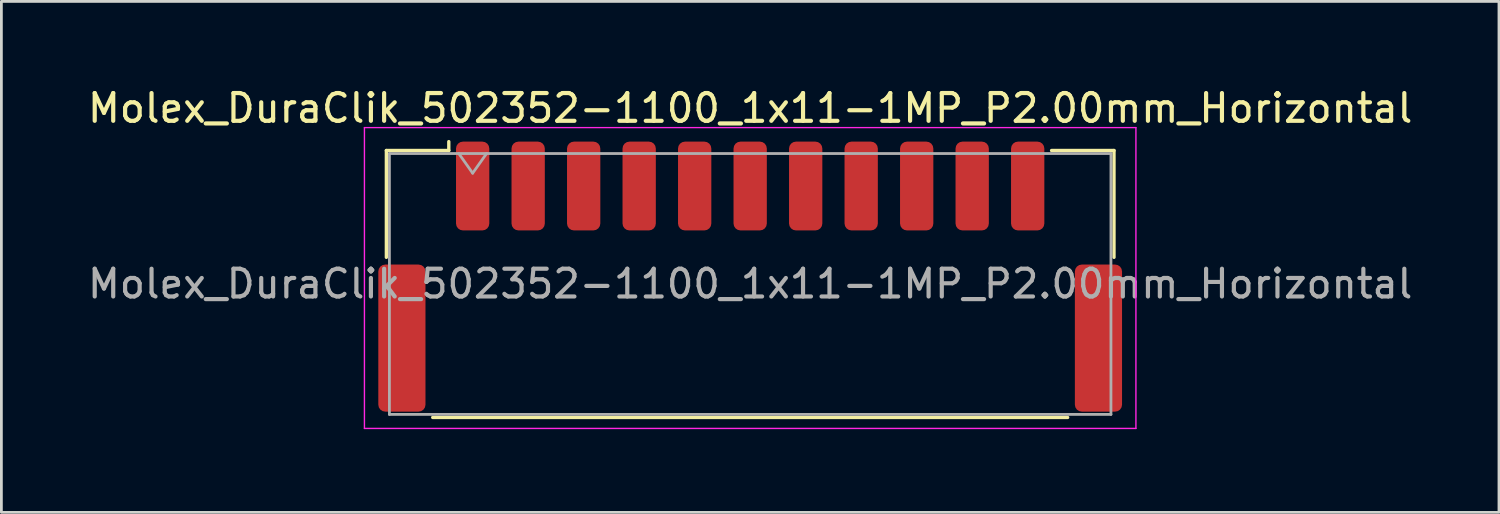
<source format=kicad_pcb>
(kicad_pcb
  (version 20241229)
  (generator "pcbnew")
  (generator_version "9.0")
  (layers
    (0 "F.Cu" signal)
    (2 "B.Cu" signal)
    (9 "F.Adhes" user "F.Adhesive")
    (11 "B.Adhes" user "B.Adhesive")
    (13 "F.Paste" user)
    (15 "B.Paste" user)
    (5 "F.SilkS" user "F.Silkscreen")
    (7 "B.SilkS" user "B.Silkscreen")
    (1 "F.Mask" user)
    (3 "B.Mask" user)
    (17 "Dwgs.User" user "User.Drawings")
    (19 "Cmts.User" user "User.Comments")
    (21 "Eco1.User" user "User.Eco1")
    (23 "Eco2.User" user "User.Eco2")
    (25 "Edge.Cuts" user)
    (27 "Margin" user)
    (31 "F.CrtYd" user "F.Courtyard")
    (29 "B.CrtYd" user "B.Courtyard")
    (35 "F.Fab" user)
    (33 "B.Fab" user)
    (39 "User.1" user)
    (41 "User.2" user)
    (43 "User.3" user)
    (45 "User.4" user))
  (footprint "Molex_DuraClik_502352-1100_1x11-1MP_P2.00mm_Horizontal"
    (layer "F.Cu")
    (at 23.982 6.918)
    (property "Reference" "Molex_DuraClik_502352-1100_1x11-1MP_P2.00mm_Horizontal" (at 0 -6.07 0) (layer "F.SilkS") (effects (font (size 1 1) (thickness 0.15))))
    (attr smd)
    (fp_line (start -13.11 -4.545) (end -10.86 -4.545) (stroke (width 0.12) (type solid)) (layer "F.SilkS"))
    (fp_line (start -13.11 -0.695) (end -13.11 -4.545) (stroke (width 0.12) (type solid)) (layer "F.SilkS"))
    (fp_line (start -11.44 5.075) (end 11.44 5.075) (stroke (width 0.12) (type solid)) (layer "F.SilkS"))
    (fp_line (start -10.86 -4.545) (end -10.86 -4.865) (stroke (width 0.12) (type solid)) (layer "F.SilkS"))
    (fp_line (start 13.11 -4.545) (end 10.86 -4.545) (stroke (width 0.12) (type solid)) (layer "F.SilkS"))
    (fp_line (start 13.11 -0.695) (end 13.11 -4.545) (stroke (width 0.12) (type solid)) (layer "F.SilkS"))
    (fp_line (start -13.9 -5.37) (end -13.9 5.47) (stroke (width 0.05) (type solid)) (layer "F.CrtYd"))
    (fp_line (start -13.9 5.47) (end 13.9 5.47) (stroke (width 0.05) (type solid)) (layer "F.CrtYd"))
    (fp_line (start 13.9 -5.37) (end -13.9 -5.37) (stroke (width 0.05) (type solid)) (layer "F.CrtYd"))
    (fp_line (start 13.9 5.47) (end 13.9 -5.37) (stroke (width 0.05) (type solid)) (layer "F.CrtYd"))
    (fp_line (start -13 -4.435) (end -13 4.965) (stroke (width 0.1) (type solid)) (layer "F.Fab"))
    (fp_line (start -13 -4.435) (end 13 -4.435) (stroke (width 0.1) (type solid)) (layer "F.Fab"))
    (fp_line (start -13 4.965) (end 13 4.965) (stroke (width 0.1) (type solid)) (layer "F.Fab"))
    (fp_line (start -10.5 -4.435) (end -10 -3.728) (stroke (width 0.1) (type solid)) (layer "F.Fab"))
    (fp_line (start -10 -3.728) (end -9.5 -4.435) (stroke (width 0.1) (type solid)) (layer "F.Fab"))
    (fp_line (start 13 -4.435) (end 13 4.965) (stroke (width 0.1) (type solid)) (layer "F.Fab"))
    (fp_text user "${REFERENCE}" (at 0 0.26 0) (layer "F.Fab") (effects (font (size 1 1) (thickness 0.15))))
    (pad "1" smd roundrect (at -10 -3.265) (size 1.2 3.2) (layers "F.Cu" "F.Mask" "F.Paste") (roundrect_rratio 0.208))
    (pad "2" smd roundrect (at -8 -3.265) (size 1.2 3.2) (layers "F.Cu" "F.Mask" "F.Paste") (roundrect_rratio 0.208))
    (pad "3" smd roundrect (at -6 -3.265) (size 1.2 3.2) (layers "F.Cu" "F.Mask" "F.Paste") (roundrect_rratio 0.208))
    (pad "4" smd roundrect (at -4 -3.265) (size 1.2 3.2) (layers "F.Cu" "F.Mask" "F.Paste") (roundrect_rratio 0.208))
    (pad "5" smd roundrect (at -2 -3.265) (size 1.2 3.2) (layers "F.Cu" "F.Mask" "F.Paste") (roundrect_rratio 0.208))
    (pad "6" smd roundrect (at 0 -3.265) (size 1.2 3.2) (layers "F.Cu" "F.Mask" "F.Paste") (roundrect_rratio 0.208))
    (pad "7" smd roundrect (at 2 -3.265) (size 1.2 3.2) (layers "F.Cu" "F.Mask" "F.Paste") (roundrect_rratio 0.208))
    (pad "8" smd roundrect (at 4 -3.265) (size 1.2 3.2) (layers "F.Cu" "F.Mask" "F.Paste") (roundrect_rratio 0.208))
    (pad "9" smd roundrect (at 6 -3.265) (size 1.2 3.2) (layers "F.Cu" "F.Mask" "F.Paste") (roundrect_rratio 0.208))
    (pad "10" smd roundrect (at 8 -3.265) (size 1.2 3.2) (layers "F.Cu" "F.Mask" "F.Paste") (roundrect_rratio 0.208))
    (pad "11" smd roundrect (at 10 -3.265) (size 1.2 3.2) (layers "F.Cu" "F.Mask" "F.Paste") (roundrect_rratio 0.208))
    (pad "MP" smd roundrect (at -12.55 2.215) (size 1.7 5.3) (layers "F.Cu" "F.Mask" "F.Paste") (roundrect_rratio 0.147))
    (pad "MP" smd roundrect (at 12.55 2.215) (size 1.7 5.3) (layers "F.Cu" "F.Mask" "F.Paste") (roundrect_rratio 0.147)))
  (gr_rect
    (start -3 -3)
    (end 50.964 15.413)
    (stroke (width 0.1) (type default))
    (fill no)
    (layer "Edge.Cuts")))
</source>
